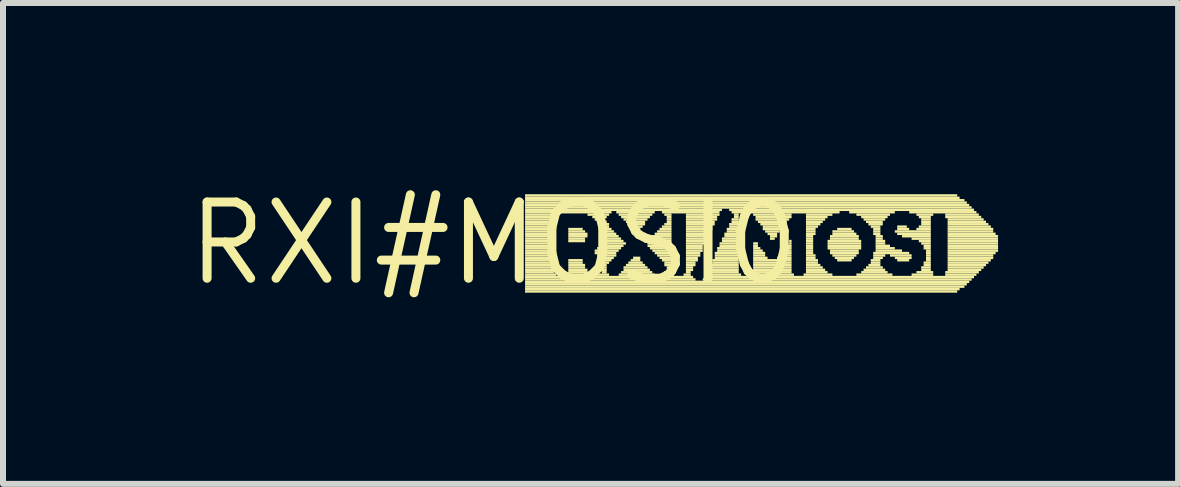
<source format=kicad_pcb>
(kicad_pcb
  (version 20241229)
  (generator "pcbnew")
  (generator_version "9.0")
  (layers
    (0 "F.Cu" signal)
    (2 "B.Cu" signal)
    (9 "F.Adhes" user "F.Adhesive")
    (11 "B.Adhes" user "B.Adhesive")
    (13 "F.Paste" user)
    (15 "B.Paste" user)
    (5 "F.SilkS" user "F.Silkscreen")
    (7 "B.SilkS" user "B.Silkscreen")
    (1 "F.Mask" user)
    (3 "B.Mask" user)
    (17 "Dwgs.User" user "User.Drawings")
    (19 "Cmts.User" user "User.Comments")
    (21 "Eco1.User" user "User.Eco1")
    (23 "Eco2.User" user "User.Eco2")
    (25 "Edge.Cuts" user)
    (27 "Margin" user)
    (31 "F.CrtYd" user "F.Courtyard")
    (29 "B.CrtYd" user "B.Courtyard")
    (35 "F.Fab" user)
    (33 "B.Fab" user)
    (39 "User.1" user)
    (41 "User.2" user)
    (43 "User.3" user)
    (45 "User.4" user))
  (footprint "RXI#MOSI0"
    (layer "F.Cu")
    (at 5.178 1.006)
    (property "Reference" "RXI#MOSI0" (at 0 0 0) (layer "F.SilkS") (effects (font (size 1.27 1.27) (thickness 0.15))))
    (attr through_hole)
    (fp_poly (pts (xy 0.52 -0.78) (xy 7.72 -0.78) (xy 7.72 -0.82) (xy 0.52 -0.82)) (stroke (width 0) (type solid)) (fill yes) (layer "F.SilkS"))
    (fp_poly (pts (xy 0.52 -0.74) (xy 7.76 -0.74) (xy 7.76 -0.78) (xy 0.52 -0.78)) (stroke (width 0) (type solid)) (fill yes) (layer "F.SilkS"))
    (fp_poly (pts (xy 0.52 -0.7) (xy 7.84 -0.7) (xy 7.84 -0.74) (xy 0.52 -0.74)) (stroke (width 0) (type solid)) (fill yes) (layer "F.SilkS"))
    (fp_poly (pts (xy 0.52 -0.66) (xy 7.88 -0.66) (xy 7.88 -0.7) (xy 0.52 -0.7)) (stroke (width 0) (type solid)) (fill yes) (layer "F.SilkS"))
    (fp_poly (pts (xy 0.52 -0.62) (xy 7.92 -0.62) (xy 7.92 -0.66) (xy 0.52 -0.66)) (stroke (width 0) (type solid)) (fill yes) (layer "F.SilkS"))
    (fp_poly (pts (xy 0.52 -0.58) (xy 7.96 -0.58) (xy 7.96 -0.62) (xy 0.52 -0.62)) (stroke (width 0) (type solid)) (fill yes) (layer "F.SilkS"))
    (fp_poly (pts (xy 0.52 -0.54) (xy 3.8 -0.54) (xy 3.8 -0.58) (xy 0.52 -0.58)) (stroke (width 0) (type solid)) (fill yes) (layer "F.SilkS"))
    (fp_poly (pts (xy 0.52 -0.5) (xy 1.96 -0.5) (xy 1.96 -0.54) (xy 0.52 -0.54)) (stroke (width 0) (type solid)) (fill yes) (layer "F.SilkS"))
    (fp_poly (pts (xy 0.52 -0.46) (xy 1 -0.46) (xy 1 -0.5) (xy 0.52 -0.5)) (stroke (width 0) (type solid)) (fill yes) (layer "F.SilkS"))
    (fp_poly (pts (xy 0.52 -0.42) (xy 1 -0.42) (xy 1 -0.46) (xy 0.52 -0.46)) (stroke (width 0) (type solid)) (fill yes) (layer "F.SilkS"))
    (fp_poly (pts (xy 0.52 -0.38) (xy 1 -0.38) (xy 1 -0.42) (xy 0.52 -0.42)) (stroke (width 0) (type solid)) (fill yes) (layer "F.SilkS"))
    (fp_poly (pts (xy 0.52 -0.34) (xy 1 -0.34) (xy 1 -0.38) (xy 0.52 -0.38)) (stroke (width 0) (type solid)) (fill yes) (layer "F.SilkS"))
    (fp_poly (pts (xy 0.52 -0.3) (xy 1 -0.3) (xy 1 -0.34) (xy 0.52 -0.34)) (stroke (width 0) (type solid)) (fill yes) (layer "F.SilkS"))
    (fp_poly (pts (xy 0.52 -0.26) (xy 1 -0.26) (xy 1 -0.3) (xy 0.52 -0.3)) (stroke (width 0) (type solid)) (fill yes) (layer "F.SilkS"))
    (fp_poly (pts (xy 0.52 -0.22) (xy 1 -0.22) (xy 1 -0.26) (xy 0.52 -0.26)) (stroke (width 0) (type solid)) (fill yes) (layer "F.SilkS"))
    (fp_poly (pts (xy 0.52 -0.18) (xy 1 -0.18) (xy 1 -0.22) (xy 0.52 -0.22)) (stroke (width 0) (type solid)) (fill yes) (layer "F.SilkS"))
    (fp_poly (pts (xy 0.52 -0.14) (xy 1 -0.14) (xy 1 -0.18) (xy 0.52 -0.18)) (stroke (width 0) (type solid)) (fill yes) (layer "F.SilkS"))
    (fp_poly (pts (xy 0.52 -0.1) (xy 1 -0.1) (xy 1 -0.14) (xy 0.52 -0.14)) (stroke (width 0) (type solid)) (fill yes) (layer "F.SilkS"))
    (fp_poly (pts (xy 0.52 -0.06) (xy 1 -0.06) (xy 1 -0.1) (xy 0.52 -0.1)) (stroke (width 0) (type solid)) (fill yes) (layer "F.SilkS"))
    (fp_poly (pts (xy 0.52 -0.02) (xy 1 -0.02) (xy 1 -0.06) (xy 0.52 -0.06)) (stroke (width 0) (type solid)) (fill yes) (layer "F.SilkS"))
    (fp_poly (pts (xy 0.52 0.02) (xy 1 0.02) (xy 1 -0.02) (xy 0.52 -0.02)) (stroke (width 0) (type solid)) (fill yes) (layer "F.SilkS"))
    (fp_poly (pts (xy 0.52 0.06) (xy 1 0.06) (xy 1 0.02) (xy 0.52 0.02)) (stroke (width 0) (type solid)) (fill yes) (layer "F.SilkS"))
    (fp_poly (pts (xy 0.52 0.1) (xy 1 0.1) (xy 1 0.06) (xy 0.52 0.06)) (stroke (width 0) (type solid)) (fill yes) (layer "F.SilkS"))
    (fp_poly (pts (xy 0.52 0.14) (xy 1 0.14) (xy 1 0.1) (xy 0.52 0.1)) (stroke (width 0) (type solid)) (fill yes) (layer "F.SilkS"))
    (fp_poly (pts (xy 0.52 0.18) (xy 1 0.18) (xy 1 0.14) (xy 0.52 0.14)) (stroke (width 0) (type solid)) (fill yes) (layer "F.SilkS"))
    (fp_poly (pts (xy 0.52 0.22) (xy 1 0.22) (xy 1 0.18) (xy 0.52 0.18)) (stroke (width 0) (type solid)) (fill yes) (layer "F.SilkS"))
    (fp_poly (pts (xy 0.52 0.26) (xy 1 0.26) (xy 1 0.22) (xy 0.52 0.22)) (stroke (width 0) (type solid)) (fill yes) (layer "F.SilkS"))
    (fp_poly (pts (xy 0.52 0.3) (xy 1 0.3) (xy 1 0.26) (xy 0.52 0.26)) (stroke (width 0) (type solid)) (fill yes) (layer "F.SilkS"))
    (fp_poly (pts (xy 0.52 0.34) (xy 1 0.34) (xy 1 0.3) (xy 0.52 0.3)) (stroke (width 0) (type solid)) (fill yes) (layer "F.SilkS"))
    (fp_poly (pts (xy 0.52 0.38) (xy 1 0.38) (xy 1 0.34) (xy 0.52 0.34)) (stroke (width 0) (type solid)) (fill yes) (layer "F.SilkS"))
    (fp_poly (pts (xy 0.52 0.42) (xy 1 0.42) (xy 1 0.38) (xy 0.52 0.38)) (stroke (width 0) (type solid)) (fill yes) (layer "F.SilkS"))
    (fp_poly (pts (xy 0.52 0.46) (xy 1 0.46) (xy 1 0.42) (xy 0.52 0.42)) (stroke (width 0) (type solid)) (fill yes) (layer "F.SilkS"))
    (fp_poly (pts (xy 0.52 0.5) (xy 1 0.5) (xy 1 0.46) (xy 0.52 0.46)) (stroke (width 0) (type solid)) (fill yes) (layer "F.SilkS"))
    (fp_poly (pts (xy 0.52 0.54) (xy 1.04 0.54) (xy 1.04 0.5) (xy 0.52 0.5)) (stroke (width 0) (type solid)) (fill yes) (layer "F.SilkS"))
    (fp_poly (pts (xy 0.52 0.58) (xy 3.32 0.58) (xy 3.32 0.54) (xy 0.52 0.54)) (stroke (width 0) (type solid)) (fill yes) (layer "F.SilkS"))
    (fp_poly (pts (xy 0.52 0.62) (xy 3.36 0.62) (xy 3.36 0.58) (xy 0.52 0.58)) (stroke (width 0) (type solid)) (fill yes) (layer "F.SilkS"))
    (fp_poly (pts (xy 0.52 0.66) (xy 7.92 0.66) (xy 7.92 0.62) (xy 0.52 0.62)) (stroke (width 0) (type solid)) (fill yes) (layer "F.SilkS"))
    (fp_poly (pts (xy 0.52 0.7) (xy 7.88 0.7) (xy 7.88 0.66) (xy 0.52 0.66)) (stroke (width 0) (type solid)) (fill yes) (layer "F.SilkS"))
    (fp_poly (pts (xy 0.52 0.74) (xy 7.84 0.74) (xy 7.84 0.7) (xy 0.52 0.7)) (stroke (width 0) (type solid)) (fill yes) (layer "F.SilkS"))
    (fp_poly (pts (xy 0.52 0.78) (xy 7.76 0.78) (xy 7.76 0.74) (xy 0.52 0.74)) (stroke (width 0) (type solid)) (fill yes) (layer "F.SilkS"))
    (fp_poly (pts (xy 0.52 0.82) (xy 7.72 0.82) (xy 7.72 0.78) (xy 0.52 0.78)) (stroke (width 0) (type solid)) (fill yes) (layer "F.SilkS"))
    (fp_poly (pts (xy 1.2 0.54) (xy 1.6 0.54) (xy 1.6 0.5) (xy 1.2 0.5)) (stroke (width 0) (type solid)) (fill yes) (layer "F.SilkS"))
    (fp_poly (pts (xy 1.24 -0.22) (xy 1.48 -0.22) (xy 1.48 -0.26) (xy 1.24 -0.26)) (stroke (width 0) (type solid)) (fill yes) (layer "F.SilkS"))
    (fp_poly (pts (xy 1.24 -0.18) (xy 1.52 -0.18) (xy 1.52 -0.22) (xy 1.24 -0.22)) (stroke (width 0) (type solid)) (fill yes) (layer "F.SilkS"))
    (fp_poly (pts (xy 1.24 -0.14) (xy 1.56 -0.14) (xy 1.56 -0.18) (xy 1.24 -0.18)) (stroke (width 0) (type solid)) (fill yes) (layer "F.SilkS"))
    (fp_poly (pts (xy 1.24 -0.1) (xy 1.56 -0.1) (xy 1.56 -0.14) (xy 1.24 -0.14)) (stroke (width 0) (type solid)) (fill yes) (layer "F.SilkS"))
    (fp_poly (pts (xy 1.24 -0.06) (xy 1.52 -0.06) (xy 1.52 -0.1) (xy 1.24 -0.1)) (stroke (width 0) (type solid)) (fill yes) (layer "F.SilkS"))
    (fp_poly (pts (xy 1.24 -0.02) (xy 1.52 -0.02) (xy 1.52 -0.06) (xy 1.24 -0.06)) (stroke (width 0) (type solid)) (fill yes) (layer "F.SilkS"))
    (fp_poly (pts (xy 1.24 0.3) (xy 1.48 0.3) (xy 1.48 0.26) (xy 1.24 0.26)) (stroke (width 0) (type solid)) (fill yes) (layer "F.SilkS"))
    (fp_poly (pts (xy 1.24 0.34) (xy 1.48 0.34) (xy 1.48 0.3) (xy 1.24 0.3)) (stroke (width 0) (type solid)) (fill yes) (layer "F.SilkS"))
    (fp_poly (pts (xy 1.24 0.38) (xy 1.52 0.38) (xy 1.52 0.34) (xy 1.24 0.34)) (stroke (width 0) (type solid)) (fill yes) (layer "F.SilkS"))
    (fp_poly (pts (xy 1.24 0.42) (xy 1.52 0.42) (xy 1.52 0.38) (xy 1.24 0.38)) (stroke (width 0) (type solid)) (fill yes) (layer "F.SilkS"))
    (fp_poly (pts (xy 1.24 0.46) (xy 1.56 0.46) (xy 1.56 0.42) (xy 1.24 0.42)) (stroke (width 0) (type solid)) (fill yes) (layer "F.SilkS"))
    (fp_poly (pts (xy 1.24 0.5) (xy 1.56 0.5) (xy 1.56 0.46) (xy 1.24 0.46)) (stroke (width 0) (type solid)) (fill yes) (layer "F.SilkS"))
    (fp_poly (pts (xy 1.56 -0.46) (xy 1.92 -0.46) (xy 1.92 -0.5) (xy 1.56 -0.5)) (stroke (width 0) (type solid)) (fill yes) (layer "F.SilkS"))
    (fp_poly (pts (xy 1.64 -0.42) (xy 1.88 -0.42) (xy 1.88 -0.46) (xy 1.64 -0.46)) (stroke (width 0) (type solid)) (fill yes) (layer "F.SilkS"))
    (fp_poly (pts (xy 1.68 -0.38) (xy 1.84 -0.38) (xy 1.84 -0.42) (xy 1.68 -0.42)) (stroke (width 0) (type solid)) (fill yes) (layer "F.SilkS"))
    (fp_poly (pts (xy 1.68 0.14) (xy 2.08 0.14) (xy 2.08 0.1) (xy 1.68 0.1)) (stroke (width 0) (type solid)) (fill yes) (layer "F.SilkS"))
    (fp_poly (pts (xy 1.68 0.18) (xy 2.04 0.18) (xy 2.04 0.14) (xy 1.68 0.14)) (stroke (width 0) (type solid)) (fill yes) (layer "F.SilkS"))
    (fp_poly (pts (xy 1.72 -0.34) (xy 1.88 -0.34) (xy 1.88 -0.38) (xy 1.72 -0.38)) (stroke (width 0) (type solid)) (fill yes) (layer "F.SilkS"))
    (fp_poly (pts (xy 1.72 0.1) (xy 2.12 0.1) (xy 2.12 0.06) (xy 1.72 0.06)) (stroke (width 0) (type solid)) (fill yes) (layer "F.SilkS"))
    (fp_poly (pts (xy 1.72 0.22) (xy 2.04 0.22) (xy 2.04 0.18) (xy 1.72 0.18)) (stroke (width 0) (type solid)) (fill yes) (layer "F.SilkS"))
    (fp_poly (pts (xy 1.72 0.26) (xy 2 0.26) (xy 2 0.22) (xy 1.72 0.22)) (stroke (width 0) (type solid)) (fill yes) (layer "F.SilkS"))
    (fp_poly (pts (xy 1.72 0.54) (xy 1.92 0.54) (xy 1.92 0.5) (xy 1.72 0.5)) (stroke (width 0) (type solid)) (fill yes) (layer "F.SilkS"))
    (fp_poly (pts (xy 1.76 -0.3) (xy 1.92 -0.3) (xy 1.92 -0.34) (xy 1.76 -0.34)) (stroke (width 0) (type solid)) (fill yes) (layer "F.SilkS"))
    (fp_poly (pts (xy 1.76 -0.26) (xy 1.92 -0.26) (xy 1.92 -0.3) (xy 1.76 -0.3)) (stroke (width 0) (type solid)) (fill yes) (layer "F.SilkS"))
    (fp_poly (pts (xy 1.76 -0.22) (xy 1.96 -0.22) (xy 1.96 -0.26) (xy 1.76 -0.26)) (stroke (width 0) (type solid)) (fill yes) (layer "F.SilkS"))
    (fp_poly (pts (xy 1.76 0.02) (xy 2.2 0.02) (xy 2.2 -0.02) (xy 1.76 -0.02)) (stroke (width 0) (type solid)) (fill yes) (layer "F.SilkS"))
    (fp_poly (pts (xy 1.76 0.06) (xy 2.16 0.06) (xy 2.16 0.02) (xy 1.76 0.02)) (stroke (width 0) (type solid)) (fill yes) (layer "F.SilkS"))
    (fp_poly (pts (xy 1.76 0.3) (xy 1.96 0.3) (xy 1.96 0.26) (xy 1.76 0.26)) (stroke (width 0) (type solid)) (fill yes) (layer "F.SilkS"))
    (fp_poly (pts (xy 1.76 0.34) (xy 1.92 0.34) (xy 1.92 0.3) (xy 1.76 0.3)) (stroke (width 0) (type solid)) (fill yes) (layer "F.SilkS"))
    (fp_poly (pts (xy 1.8 -0.18) (xy 2 -0.18) (xy 2 -0.22) (xy 1.8 -0.22)) (stroke (width 0) (type solid)) (fill yes) (layer "F.SilkS"))
    (fp_poly (pts (xy 1.8 -0.14) (xy 2.04 -0.14) (xy 2.04 -0.18) (xy 1.8 -0.18)) (stroke (width 0) (type solid)) (fill yes) (layer "F.SilkS"))
    (fp_poly (pts (xy 1.8 -0.1) (xy 2.08 -0.1) (xy 2.08 -0.14) (xy 1.8 -0.14)) (stroke (width 0) (type solid)) (fill yes) (layer "F.SilkS"))
    (fp_poly (pts (xy 1.8 -0.06) (xy 2.12 -0.06) (xy 2.12 -0.1) (xy 1.8 -0.1)) (stroke (width 0) (type solid)) (fill yes) (layer "F.SilkS"))
    (fp_poly (pts (xy 1.8 -0.02) (xy 2.16 -0.02) (xy 2.16 -0.06) (xy 1.8 -0.06)) (stroke (width 0) (type solid)) (fill yes) (layer "F.SilkS"))
    (fp_poly (pts (xy 1.8 0.38) (xy 1.88 0.38) (xy 1.88 0.34) (xy 1.8 0.34)) (stroke (width 0) (type solid)) (fill yes) (layer "F.SilkS"))
    (fp_poly (pts (xy 1.8 0.42) (xy 1.88 0.42) (xy 1.88 0.38) (xy 1.8 0.38)) (stroke (width 0) (type solid)) (fill yes) (layer "F.SilkS"))
    (fp_poly (pts (xy 1.8 0.46) (xy 1.88 0.46) (xy 1.88 0.42) (xy 1.8 0.42)) (stroke (width 0) (type solid)) (fill yes) (layer "F.SilkS"))
    (fp_poly (pts (xy 1.8 0.5) (xy 1.88 0.5) (xy 1.88 0.46) (xy 1.8 0.46)) (stroke (width 0) (type solid)) (fill yes) (layer "F.SilkS"))
    (fp_poly (pts (xy 2.04 -0.5) (xy 2.68 -0.5) (xy 2.68 -0.54) (xy 2.04 -0.54)) (stroke (width 0) (type solid)) (fill yes) (layer "F.SilkS"))
    (fp_poly (pts (xy 2.08 -0.46) (xy 2.64 -0.46) (xy 2.64 -0.5) (xy 2.08 -0.5)) (stroke (width 0) (type solid)) (fill yes) (layer "F.SilkS"))
    (fp_poly (pts (xy 2.08 0.54) (xy 2.68 0.54) (xy 2.68 0.5) (xy 2.08 0.5)) (stroke (width 0) (type solid)) (fill yes) (layer "F.SilkS"))
    (fp_poly (pts (xy 2.12 -0.42) (xy 2.6 -0.42) (xy 2.6 -0.46) (xy 2.12 -0.46)) (stroke (width 0) (type solid)) (fill yes) (layer "F.SilkS"))
    (fp_poly (pts (xy 2.12 0.5) (xy 2.64 0.5) (xy 2.64 0.46) (xy 2.12 0.46)) (stroke (width 0) (type solid)) (fill yes) (layer "F.SilkS"))
    (fp_poly (pts (xy 2.16 -0.38) (xy 2.56 -0.38) (xy 2.56 -0.42) (xy 2.16 -0.42)) (stroke (width 0) (type solid)) (fill yes) (layer "F.SilkS"))
    (fp_poly (pts (xy 2.16 0.42) (xy 2.56 0.42) (xy 2.56 0.38) (xy 2.16 0.38)) (stroke (width 0) (type solid)) (fill yes) (layer "F.SilkS"))
    (fp_poly (pts (xy 2.16 0.46) (xy 2.6 0.46) (xy 2.6 0.42) (xy 2.16 0.42)) (stroke (width 0) (type solid)) (fill yes) (layer "F.SilkS"))
    (fp_poly (pts (xy 2.2 -0.34) (xy 2.52 -0.34) (xy 2.52 -0.38) (xy 2.2 -0.38)) (stroke (width 0) (type solid)) (fill yes) (layer "F.SilkS"))
    (fp_poly (pts (xy 2.2 0.38) (xy 2.52 0.38) (xy 2.52 0.34) (xy 2.2 0.34)) (stroke (width 0) (type solid)) (fill yes) (layer "F.SilkS"))
    (fp_poly (pts (xy 2.24 -0.3) (xy 2.52 -0.3) (xy 2.52 -0.34) (xy 2.24 -0.34)) (stroke (width 0) (type solid)) (fill yes) (layer "F.SilkS"))
    (fp_poly (pts (xy 2.24 0.34) (xy 2.48 0.34) (xy 2.48 0.3) (xy 2.24 0.3)) (stroke (width 0) (type solid)) (fill yes) (layer "F.SilkS"))
    (fp_poly (pts (xy 2.28 -0.26) (xy 2.48 -0.26) (xy 2.48 -0.3) (xy 2.28 -0.3)) (stroke (width 0) (type solid)) (fill yes) (layer "F.SilkS"))
    (fp_poly (pts (xy 2.28 0.3) (xy 2.44 0.3) (xy 2.44 0.26) (xy 2.28 0.26)) (stroke (width 0) (type solid)) (fill yes) (layer "F.SilkS"))
    (fp_poly (pts (xy 2.32 -0.22) (xy 2.44 -0.22) (xy 2.44 -0.26) (xy 2.32 -0.26)) (stroke (width 0) (type solid)) (fill yes) (layer "F.SilkS"))
    (fp_poly (pts (xy 2.32 -0.18) (xy 2.4 -0.18) (xy 2.4 -0.22) (xy 2.32 -0.22)) (stroke (width 0) (type solid)) (fill yes) (layer "F.SilkS"))
    (fp_poly (pts (xy 2.32 0.26) (xy 2.44 0.26) (xy 2.44 0.22) (xy 2.32 0.22)) (stroke (width 0) (type solid)) (fill yes) (layer "F.SilkS"))
    (fp_poly (pts (xy 2.56 -0.02) (xy 2.96 -0.02) (xy 2.96 -0.06) (xy 2.56 -0.06)) (stroke (width 0) (type solid)) (fill yes) (layer "F.SilkS"))
    (fp_poly (pts (xy 2.56 0.02) (xy 2.96 0.02) (xy 2.96 -0.02) (xy 2.56 -0.02)) (stroke (width 0) (type solid)) (fill yes) (layer "F.SilkS"))
    (fp_poly (pts (xy 2.56 0.06) (xy 2.96 0.06) (xy 2.96 0.02) (xy 2.56 0.02)) (stroke (width 0) (type solid)) (fill yes) (layer "F.SilkS"))
    (fp_poly (pts (xy 2.6 -0.06) (xy 2.96 -0.06) (xy 2.96 -0.1) (xy 2.6 -0.1)) (stroke (width 0) (type solid)) (fill yes) (layer "F.SilkS"))
    (fp_poly (pts (xy 2.6 0.1) (xy 2.96 0.1) (xy 2.96 0.06) (xy 2.6 0.06)) (stroke (width 0) (type solid)) (fill yes) (layer "F.SilkS"))
    (fp_poly (pts (xy 2.64 -0.1) (xy 2.96 -0.1) (xy 2.96 -0.14) (xy 2.64 -0.14)) (stroke (width 0) (type solid)) (fill yes) (layer "F.SilkS"))
    (fp_poly (pts (xy 2.64 0.14) (xy 2.96 0.14) (xy 2.96 0.1) (xy 2.64 0.1)) (stroke (width 0) (type solid)) (fill yes) (layer "F.SilkS"))
    (fp_poly (pts (xy 2.68 -0.14) (xy 2.96 -0.14) (xy 2.96 -0.18) (xy 2.68 -0.18)) (stroke (width 0) (type solid)) (fill yes) (layer "F.SilkS"))
    (fp_poly (pts (xy 2.68 0.18) (xy 2.96 0.18) (xy 2.96 0.14) (xy 2.68 0.14)) (stroke (width 0) (type solid)) (fill yes) (layer "F.SilkS"))
    (fp_poly (pts (xy 2.72 -0.18) (xy 2.96 -0.18) (xy 2.96 -0.22) (xy 2.72 -0.22)) (stroke (width 0) (type solid)) (fill yes) (layer "F.SilkS"))
    (fp_poly (pts (xy 2.72 0.22) (xy 2.96 0.22) (xy 2.96 0.18) (xy 2.72 0.18)) (stroke (width 0) (type solid)) (fill yes) (layer "F.SilkS"))
    (fp_poly (pts (xy 2.76 -0.22) (xy 2.96 -0.22) (xy 2.96 -0.26) (xy 2.76 -0.26)) (stroke (width 0) (type solid)) (fill yes) (layer "F.SilkS"))
    (fp_poly (pts (xy 2.76 0.26) (xy 2.96 0.26) (xy 2.96 0.22) (xy 2.76 0.22)) (stroke (width 0) (type solid)) (fill yes) (layer "F.SilkS"))
    (fp_poly (pts (xy 2.8 -0.5) (xy 3.76 -0.5) (xy 3.76 -0.54) (xy 2.8 -0.54)) (stroke (width 0) (type solid)) (fill yes) (layer "F.SilkS"))
    (fp_poly (pts (xy 2.8 -0.26) (xy 2.96 -0.26) (xy 2.96 -0.3) (xy 2.8 -0.3)) (stroke (width 0) (type solid)) (fill yes) (layer "F.SilkS"))
    (fp_poly (pts (xy 2.8 0.3) (xy 2.96 0.3) (xy 2.96 0.26) (xy 2.8 0.26)) (stroke (width 0) (type solid)) (fill yes) (layer "F.SilkS"))
    (fp_poly (pts (xy 2.8 0.54) (xy 3 0.54) (xy 3 0.5) (xy 2.8 0.5)) (stroke (width 0) (type solid)) (fill yes) (layer "F.SilkS"))
    (fp_poly (pts (xy 2.84 -0.46) (xy 2.96 -0.46) (xy 2.96 -0.5) (xy 2.84 -0.5)) (stroke (width 0) (type solid)) (fill yes) (layer "F.SilkS"))
    (fp_poly (pts (xy 2.84 -0.3) (xy 2.96 -0.3) (xy 2.96 -0.34) (xy 2.84 -0.34)) (stroke (width 0) (type solid)) (fill yes) (layer "F.SilkS"))
    (fp_poly (pts (xy 2.84 0.34) (xy 2.96 0.34) (xy 2.96 0.3) (xy 2.84 0.3)) (stroke (width 0) (type solid)) (fill yes) (layer "F.SilkS"))
    (fp_poly (pts (xy 2.84 0.38) (xy 2.96 0.38) (xy 2.96 0.34) (xy 2.84 0.34)) (stroke (width 0) (type solid)) (fill yes) (layer "F.SilkS"))
    (fp_poly (pts (xy 2.84 0.5) (xy 2.96 0.5) (xy 2.96 0.46) (xy 2.84 0.46)) (stroke (width 0) (type solid)) (fill yes) (layer "F.SilkS"))
    (fp_poly (pts (xy 2.88 -0.42) (xy 2.96 -0.42) (xy 2.96 -0.46) (xy 2.88 -0.46)) (stroke (width 0) (type solid)) (fill yes) (layer "F.SilkS"))
    (fp_poly (pts (xy 2.88 -0.38) (xy 2.96 -0.38) (xy 2.96 -0.42) (xy 2.88 -0.42)) (stroke (width 0) (type solid)) (fill yes) (layer "F.SilkS"))
    (fp_poly (pts (xy 2.88 -0.34) (xy 2.96 -0.34) (xy 2.96 -0.38) (xy 2.88 -0.38)) (stroke (width 0) (type solid)) (fill yes) (layer "F.SilkS"))
    (fp_poly (pts (xy 2.88 0.42) (xy 2.96 0.42) (xy 2.96 0.38) (xy 2.88 0.38)) (stroke (width 0) (type solid)) (fill yes) (layer "F.SilkS"))
    (fp_poly (pts (xy 2.88 0.46) (xy 2.96 0.46) (xy 2.96 0.42) (xy 2.88 0.42)) (stroke (width 0) (type solid)) (fill yes) (layer "F.SilkS"))
    (fp_poly (pts (xy 3.16 0.54) (xy 3.28 0.54) (xy 3.28 0.5) (xy 3.16 0.5)) (stroke (width 0) (type solid)) (fill yes) (layer "F.SilkS"))
    (fp_poly (pts (xy 3.2 -0.46) (xy 3.76 -0.46) (xy 3.76 -0.5) (xy 3.2 -0.5)) (stroke (width 0) (type solid)) (fill yes) (layer "F.SilkS"))
    (fp_poly (pts (xy 3.2 -0.42) (xy 3.72 -0.42) (xy 3.72 -0.46) (xy 3.2 -0.46)) (stroke (width 0) (type solid)) (fill yes) (layer "F.SilkS"))
    (fp_poly (pts (xy 3.2 -0.38) (xy 3.72 -0.38) (xy 3.72 -0.42) (xy 3.2 -0.42)) (stroke (width 0) (type solid)) (fill yes) (layer "F.SilkS"))
    (fp_poly (pts (xy 3.2 -0.34) (xy 3.68 -0.34) (xy 3.68 -0.38) (xy 3.2 -0.38)) (stroke (width 0) (type solid)) (fill yes) (layer "F.SilkS"))
    (fp_poly (pts (xy 3.2 -0.3) (xy 3.68 -0.3) (xy 3.68 -0.34) (xy 3.2 -0.34)) (stroke (width 0) (type solid)) (fill yes) (layer "F.SilkS"))
    (fp_poly (pts (xy 3.2 -0.26) (xy 3.64 -0.26) (xy 3.64 -0.3) (xy 3.2 -0.3)) (stroke (width 0) (type solid)) (fill yes) (layer "F.SilkS"))
    (fp_poly (pts (xy 3.2 -0.22) (xy 3.64 -0.22) (xy 3.64 -0.26) (xy 3.2 -0.26)) (stroke (width 0) (type solid)) (fill yes) (layer "F.SilkS"))
    (fp_poly (pts (xy 3.2 -0.18) (xy 3.6 -0.18) (xy 3.6 -0.22) (xy 3.2 -0.22)) (stroke (width 0) (type solid)) (fill yes) (layer "F.SilkS"))
    (fp_poly (pts (xy 3.2 -0.14) (xy 3.6 -0.14) (xy 3.6 -0.18) (xy 3.2 -0.18)) (stroke (width 0) (type solid)) (fill yes) (layer "F.SilkS"))
    (fp_poly (pts (xy 3.2 -0.1) (xy 3.56 -0.1) (xy 3.56 -0.14) (xy 3.2 -0.14)) (stroke (width 0) (type solid)) (fill yes) (layer "F.SilkS"))
    (fp_poly (pts (xy 3.2 -0.06) (xy 3.56 -0.06) (xy 3.56 -0.1) (xy 3.2 -0.1)) (stroke (width 0) (type solid)) (fill yes) (layer "F.SilkS"))
    (fp_poly (pts (xy 3.2 -0.02) (xy 3.52 -0.02) (xy 3.52 -0.06) (xy 3.2 -0.06)) (stroke (width 0) (type solid)) (fill yes) (layer "F.SilkS"))
    (fp_poly (pts (xy 3.2 0.02) (xy 3.52 0.02) (xy 3.52 -0.02) (xy 3.2 -0.02)) (stroke (width 0) (type solid)) (fill yes) (layer "F.SilkS"))
    (fp_poly (pts (xy 3.2 0.06) (xy 3.48 0.06) (xy 3.48 0.02) (xy 3.2 0.02)) (stroke (width 0) (type solid)) (fill yes) (layer "F.SilkS"))
    (fp_poly (pts (xy 3.2 0.1) (xy 3.48 0.1) (xy 3.48 0.06) (xy 3.2 0.06)) (stroke (width 0) (type solid)) (fill yes) (layer "F.SilkS"))
    (fp_poly (pts (xy 3.2 0.14) (xy 3.48 0.14) (xy 3.48 0.1) (xy 3.2 0.1)) (stroke (width 0) (type solid)) (fill yes) (layer "F.SilkS"))
    (fp_poly (pts (xy 3.2 0.18) (xy 3.44 0.18) (xy 3.44 0.14) (xy 3.2 0.14)) (stroke (width 0) (type solid)) (fill yes) (layer "F.SilkS"))
    (fp_poly (pts (xy 3.2 0.22) (xy 3.44 0.22) (xy 3.44 0.18) (xy 3.2 0.18)) (stroke (width 0) (type solid)) (fill yes) (layer "F.SilkS"))
    (fp_poly (pts (xy 3.2 0.26) (xy 3.4 0.26) (xy 3.4 0.22) (xy 3.2 0.22)) (stroke (width 0) (type solid)) (fill yes) (layer "F.SilkS"))
    (fp_poly (pts (xy 3.2 0.3) (xy 3.4 0.3) (xy 3.4 0.26) (xy 3.2 0.26)) (stroke (width 0) (type solid)) (fill yes) (layer "F.SilkS"))
    (fp_poly (pts (xy 3.2 0.34) (xy 3.36 0.34) (xy 3.36 0.3) (xy 3.2 0.3)) (stroke (width 0) (type solid)) (fill yes) (layer "F.SilkS"))
    (fp_poly (pts (xy 3.2 0.38) (xy 3.36 0.38) (xy 3.36 0.34) (xy 3.2 0.34)) (stroke (width 0) (type solid)) (fill yes) (layer "F.SilkS"))
    (fp_poly (pts (xy 3.2 0.42) (xy 3.32 0.42) (xy 3.32 0.38) (xy 3.2 0.38)) (stroke (width 0) (type solid)) (fill yes) (layer "F.SilkS"))
    (fp_poly (pts (xy 3.2 0.46) (xy 3.32 0.46) (xy 3.32 0.42) (xy 3.2 0.42)) (stroke (width 0) (type solid)) (fill yes) (layer "F.SilkS"))
    (fp_poly (pts (xy 3.2 0.5) (xy 3.28 0.5) (xy 3.28 0.46) (xy 3.2 0.46)) (stroke (width 0) (type solid)) (fill yes) (layer "F.SilkS"))
    (fp_poly (pts (xy 3.48 0.62) (xy 7.96 0.62) (xy 7.96 0.58) (xy 3.48 0.58)) (stroke (width 0) (type solid)) (fill yes) (layer "F.SilkS"))
    (fp_poly (pts (xy 3.52 0.54) (xy 4.12 0.54) (xy 4.12 0.5) (xy 3.52 0.5)) (stroke (width 0) (type solid)) (fill yes) (layer "F.SilkS"))
    (fp_poly (pts (xy 3.52 0.58) (xy 8 0.58) (xy 8 0.54) (xy 3.52 0.54)) (stroke (width 0) (type solid)) (fill yes) (layer "F.SilkS"))
    (fp_poly (pts (xy 3.56 0.46) (xy 4.08 0.46) (xy 4.08 0.42) (xy 3.56 0.42)) (stroke (width 0) (type solid)) (fill yes) (layer "F.SilkS"))
    (fp_poly (pts (xy 3.56 0.5) (xy 4.08 0.5) (xy 4.08 0.46) (xy 3.56 0.46)) (stroke (width 0) (type solid)) (fill yes) (layer "F.SilkS"))
    (fp_poly (pts (xy 3.6 0.38) (xy 4.08 0.38) (xy 4.08 0.34) (xy 3.6 0.34)) (stroke (width 0) (type solid)) (fill yes) (layer "F.SilkS"))
    (fp_poly (pts (xy 3.6 0.42) (xy 4.08 0.42) (xy 4.08 0.38) (xy 3.6 0.38)) (stroke (width 0) (type solid)) (fill yes) (layer "F.SilkS"))
    (fp_poly (pts (xy 3.64 0.3) (xy 4.08 0.3) (xy 4.08 0.26) (xy 3.64 0.26)) (stroke (width 0) (type solid)) (fill yes) (layer "F.SilkS"))
    (fp_poly (pts (xy 3.64 0.34) (xy 4.08 0.34) (xy 4.08 0.3) (xy 3.64 0.3)) (stroke (width 0) (type solid)) (fill yes) (layer "F.SilkS"))
    (fp_poly (pts (xy 3.68 0.18) (xy 4.08 0.18) (xy 4.08 0.14) (xy 3.68 0.14)) (stroke (width 0) (type solid)) (fill yes) (layer "F.SilkS"))
    (fp_poly (pts (xy 3.68 0.22) (xy 4.08 0.22) (xy 4.08 0.18) (xy 3.68 0.18)) (stroke (width 0) (type solid)) (fill yes) (layer "F.SilkS"))
    (fp_poly (pts (xy 3.68 0.26) (xy 4.08 0.26) (xy 4.08 0.22) (xy 3.68 0.22)) (stroke (width 0) (type solid)) (fill yes) (layer "F.SilkS"))
    (fp_poly (pts (xy 3.72 0.1) (xy 4.08 0.1) (xy 4.08 0.06) (xy 3.72 0.06)) (stroke (width 0) (type solid)) (fill yes) (layer "F.SilkS"))
    (fp_poly (pts (xy 3.72 0.14) (xy 4.08 0.14) (xy 4.08 0.1) (xy 3.72 0.1)) (stroke (width 0) (type solid)) (fill yes) (layer "F.SilkS"))
    (fp_poly (pts (xy 3.76 0.02) (xy 4.08 0.02) (xy 4.08 -0.02) (xy 3.76 -0.02)) (stroke (width 0) (type solid)) (fill yes) (layer "F.SilkS"))
    (fp_poly (pts (xy 3.76 0.06) (xy 4.08 0.06) (xy 4.08 0.02) (xy 3.76 0.02)) (stroke (width 0) (type solid)) (fill yes) (layer "F.SilkS"))
    (fp_poly (pts (xy 3.8 -0.06) (xy 4.08 -0.06) (xy 4.08 -0.1) (xy 3.8 -0.1)) (stroke (width 0) (type solid)) (fill yes) (layer "F.SilkS"))
    (fp_poly (pts (xy 3.8 -0.02) (xy 4.08 -0.02) (xy 4.08 -0.06) (xy 3.8 -0.06)) (stroke (width 0) (type solid)) (fill yes) (layer "F.SilkS"))
    (fp_poly (pts (xy 3.84 -0.14) (xy 4.08 -0.14) (xy 4.08 -0.18) (xy 3.84 -0.18)) (stroke (width 0) (type solid)) (fill yes) (layer "F.SilkS"))
    (fp_poly (pts (xy 3.84 -0.1) (xy 4.08 -0.1) (xy 4.08 -0.14) (xy 3.84 -0.14)) (stroke (width 0) (type solid)) (fill yes) (layer "F.SilkS"))
    (fp_poly (pts (xy 3.88 -0.22) (xy 4.08 -0.22) (xy 4.08 -0.26) (xy 3.88 -0.26)) (stroke (width 0) (type solid)) (fill yes) (layer "F.SilkS"))
    (fp_poly (pts (xy 3.88 -0.18) (xy 4.08 -0.18) (xy 4.08 -0.22) (xy 3.88 -0.22)) (stroke (width 0) (type solid)) (fill yes) (layer "F.SilkS"))
    (fp_poly (pts (xy 3.92 -0.54) (xy 8 -0.54) (xy 8 -0.58) (xy 3.92 -0.58)) (stroke (width 0) (type solid)) (fill yes) (layer "F.SilkS"))
    (fp_poly (pts (xy 3.92 -0.3) (xy 4.08 -0.3) (xy 4.08 -0.34) (xy 3.92 -0.34)) (stroke (width 0) (type solid)) (fill yes) (layer "F.SilkS"))
    (fp_poly (pts (xy 3.92 -0.26) (xy 4.08 -0.26) (xy 4.08 -0.3) (xy 3.92 -0.3)) (stroke (width 0) (type solid)) (fill yes) (layer "F.SilkS"))
    (fp_poly (pts (xy 3.96 -0.5) (xy 5.76 -0.5) (xy 5.76 -0.54) (xy 3.96 -0.54)) (stroke (width 0) (type solid)) (fill yes) (layer "F.SilkS"))
    (fp_poly (pts (xy 3.96 -0.38) (xy 4.08 -0.38) (xy 4.08 -0.42) (xy 3.96 -0.42)) (stroke (width 0) (type solid)) (fill yes) (layer "F.SilkS"))
    (fp_poly (pts (xy 3.96 -0.34) (xy 4.08 -0.34) (xy 4.08 -0.38) (xy 3.96 -0.38)) (stroke (width 0) (type solid)) (fill yes) (layer "F.SilkS"))
    (fp_poly (pts (xy 4 -0.46) (xy 4.08 -0.46) (xy 4.08 -0.5) (xy 4 -0.5)) (stroke (width 0) (type solid)) (fill yes) (layer "F.SilkS"))
    (fp_poly (pts (xy 4 -0.42) (xy 4.08 -0.42) (xy 4.08 -0.46) (xy 4 -0.46)) (stroke (width 0) (type solid)) (fill yes) (layer "F.SilkS"))
    (fp_poly (pts (xy 4.28 0.54) (xy 5 0.54) (xy 5 0.5) (xy 4.28 0.5)) (stroke (width 0) (type solid)) (fill yes) (layer "F.SilkS"))
    (fp_poly (pts (xy 4.32 -0.46) (xy 4.96 -0.46) (xy 4.96 -0.5) (xy 4.32 -0.5)) (stroke (width 0) (type solid)) (fill yes) (layer "F.SilkS"))
    (fp_poly (pts (xy 4.32 0.02) (xy 4.4 0.02) (xy 4.4 -0.02) (xy 4.32 -0.02)) (stroke (width 0) (type solid)) (fill yes) (layer "F.SilkS"))
    (fp_poly (pts (xy 4.32 0.06) (xy 4.4 0.06) (xy 4.4 0.02) (xy 4.32 0.02)) (stroke (width 0) (type solid)) (fill yes) (layer "F.SilkS"))
    (fp_poly (pts (xy 4.32 0.1) (xy 4.44 0.1) (xy 4.44 0.06) (xy 4.32 0.06)) (stroke (width 0) (type solid)) (fill yes) (layer "F.SilkS"))
    (fp_poly (pts (xy 4.32 0.14) (xy 4.48 0.14) (xy 4.48 0.1) (xy 4.32 0.1)) (stroke (width 0) (type solid)) (fill yes) (layer "F.SilkS"))
    (fp_poly (pts (xy 4.32 0.18) (xy 4.52 0.18) (xy 4.52 0.14) (xy 4.32 0.14)) (stroke (width 0) (type solid)) (fill yes) (layer "F.SilkS"))
    (fp_poly (pts (xy 4.32 0.22) (xy 4.52 0.22) (xy 4.52 0.18) (xy 4.32 0.18)) (stroke (width 0) (type solid)) (fill yes) (layer "F.SilkS"))
    (fp_poly (pts (xy 4.32 0.26) (xy 4.56 0.26) (xy 4.56 0.22) (xy 4.32 0.22)) (stroke (width 0) (type solid)) (fill yes) (layer "F.SilkS"))
    (fp_poly (pts (xy 4.32 0.3) (xy 4.96 0.3) (xy 4.96 0.26) (xy 4.32 0.26)) (stroke (width 0) (type solid)) (fill yes) (layer "F.SilkS"))
    (fp_poly (pts (xy 4.32 0.34) (xy 4.96 0.34) (xy 4.96 0.3) (xy 4.32 0.3)) (stroke (width 0) (type solid)) (fill yes) (layer "F.SilkS"))
    (fp_poly (pts (xy 4.32 0.38) (xy 4.96 0.38) (xy 4.96 0.34) (xy 4.32 0.34)) (stroke (width 0) (type solid)) (fill yes) (layer "F.SilkS"))
    (fp_poly (pts (xy 4.32 0.42) (xy 4.96 0.42) (xy 4.96 0.38) (xy 4.32 0.38)) (stroke (width 0) (type solid)) (fill yes) (layer "F.SilkS"))
    (fp_poly (pts (xy 4.32 0.46) (xy 4.96 0.46) (xy 4.96 0.42) (xy 4.32 0.42)) (stroke (width 0) (type solid)) (fill yes) (layer "F.SilkS"))
    (fp_poly (pts (xy 4.32 0.5) (xy 4.96 0.5) (xy 4.96 0.46) (xy 4.32 0.46)) (stroke (width 0) (type solid)) (fill yes) (layer "F.SilkS"))
    (fp_poly (pts (xy 4.36 -0.42) (xy 4.96 -0.42) (xy 4.96 -0.46) (xy 4.36 -0.46)) (stroke (width 0) (type solid)) (fill yes) (layer "F.SilkS"))
    (fp_poly (pts (xy 4.36 -0.38) (xy 4.92 -0.38) (xy 4.92 -0.42) (xy 4.36 -0.42)) (stroke (width 0) (type solid)) (fill yes) (layer "F.SilkS"))
    (fp_poly (pts (xy 4.4 -0.34) (xy 4.88 -0.34) (xy 4.88 -0.38) (xy 4.4 -0.38)) (stroke (width 0) (type solid)) (fill yes) (layer "F.SilkS"))
    (fp_poly (pts (xy 4.44 -0.3) (xy 4.84 -0.3) (xy 4.84 -0.34) (xy 4.44 -0.34)) (stroke (width 0) (type solid)) (fill yes) (layer "F.SilkS"))
    (fp_poly (pts (xy 4.48 -0.26) (xy 4.84 -0.26) (xy 4.84 -0.3) (xy 4.48 -0.3)) (stroke (width 0) (type solid)) (fill yes) (layer "F.SilkS"))
    (fp_poly (pts (xy 4.48 -0.22) (xy 4.8 -0.22) (xy 4.8 -0.26) (xy 4.48 -0.26)) (stroke (width 0) (type solid)) (fill yes) (layer "F.SilkS"))
    (fp_poly (pts (xy 4.52 -0.18) (xy 4.76 -0.18) (xy 4.76 -0.22) (xy 4.52 -0.22)) (stroke (width 0) (type solid)) (fill yes) (layer "F.SilkS"))
    (fp_poly (pts (xy 4.56 -0.14) (xy 4.72 -0.14) (xy 4.72 -0.18) (xy 4.56 -0.18)) (stroke (width 0) (type solid)) (fill yes) (layer "F.SilkS"))
    (fp_poly (pts (xy 4.6 -0.1) (xy 4.72 -0.1) (xy 4.72 -0.14) (xy 4.6 -0.14)) (stroke (width 0) (type solid)) (fill yes) (layer "F.SilkS"))
    (fp_poly (pts (xy 4.6 -0.06) (xy 4.68 -0.06) (xy 4.68 -0.1) (xy 4.6 -0.1)) (stroke (width 0) (type solid)) (fill yes) (layer "F.SilkS"))
    (fp_poly (pts (xy 4.72 0.26) (xy 4.96 0.26) (xy 4.96 0.22) (xy 4.72 0.22)) (stroke (width 0) (type solid)) (fill yes) (layer "F.SilkS"))
    (fp_poly (pts (xy 4.76 0.22) (xy 4.96 0.22) (xy 4.96 0.18) (xy 4.76 0.18)) (stroke (width 0) (type solid)) (fill yes) (layer "F.SilkS"))
    (fp_poly (pts (xy 4.8 0.14) (xy 4.96 0.14) (xy 4.96 0.1) (xy 4.8 0.1)) (stroke (width 0) (type solid)) (fill yes) (layer "F.SilkS"))
    (fp_poly (pts (xy 4.8 0.18) (xy 4.96 0.18) (xy 4.96 0.14) (xy 4.8 0.14)) (stroke (width 0) (type solid)) (fill yes) (layer "F.SilkS"))
    (fp_poly (pts (xy 4.84 0.1) (xy 4.96 0.1) (xy 4.96 0.06) (xy 4.84 0.06)) (stroke (width 0) (type solid)) (fill yes) (layer "F.SilkS"))
    (fp_poly (pts (xy 4.88 0.06) (xy 4.96 0.06) (xy 4.96 0.02) (xy 4.88 0.02)) (stroke (width 0) (type solid)) (fill yes) (layer "F.SilkS"))
    (fp_poly (pts (xy 4.92 -0.02) (xy 4.96 -0.02) (xy 4.96 -0.06) (xy 4.92 -0.06)) (stroke (width 0) (type solid)) (fill yes) (layer "F.SilkS"))
    (fp_poly (pts (xy 4.92 0.02) (xy 4.96 0.02) (xy 4.96 -0.02) (xy 4.92 -0.02)) (stroke (width 0) (type solid)) (fill yes) (layer "F.SilkS"))
    (fp_poly (pts (xy 5.16 0.54) (xy 5.64 0.54) (xy 5.64 0.5) (xy 5.16 0.5)) (stroke (width 0) (type solid)) (fill yes) (layer "F.SilkS"))
    (fp_poly (pts (xy 5.2 -0.46) (xy 5.64 -0.46) (xy 5.64 -0.5) (xy 5.2 -0.5)) (stroke (width 0) (type solid)) (fill yes) (layer "F.SilkS"))
    (fp_poly (pts (xy 5.2 -0.42) (xy 5.56 -0.42) (xy 5.56 -0.46) (xy 5.2 -0.46)) (stroke (width 0) (type solid)) (fill yes) (layer "F.SilkS"))
    (fp_poly (pts (xy 5.2 -0.38) (xy 5.52 -0.38) (xy 5.52 -0.42) (xy 5.2 -0.42)) (stroke (width 0) (type solid)) (fill yes) (layer "F.SilkS"))
    (fp_poly (pts (xy 5.2 -0.34) (xy 5.48 -0.34) (xy 5.48 -0.38) (xy 5.2 -0.38)) (stroke (width 0) (type solid)) (fill yes) (layer "F.SilkS"))
    (fp_poly (pts (xy 5.2 -0.3) (xy 5.44 -0.3) (xy 5.44 -0.34) (xy 5.2 -0.34)) (stroke (width 0) (type solid)) (fill yes) (layer "F.SilkS"))
    (fp_poly (pts (xy 5.2 -0.26) (xy 5.4 -0.26) (xy 5.4 -0.3) (xy 5.2 -0.3)) (stroke (width 0) (type solid)) (fill yes) (layer "F.SilkS"))
    (fp_poly (pts (xy 5.2 -0.22) (xy 5.36 -0.22) (xy 5.36 -0.26) (xy 5.2 -0.26)) (stroke (width 0) (type solid)) (fill yes) (layer "F.SilkS"))
    (fp_poly (pts (xy 5.2 -0.18) (xy 5.36 -0.18) (xy 5.36 -0.22) (xy 5.2 -0.22)) (stroke (width 0) (type solid)) (fill yes) (layer "F.SilkS"))
    (fp_poly (pts (xy 5.2 -0.14) (xy 5.36 -0.14) (xy 5.36 -0.18) (xy 5.2 -0.18)) (stroke (width 0) (type solid)) (fill yes) (layer "F.SilkS"))
    (fp_poly (pts (xy 5.2 -0.1) (xy 5.32 -0.1) (xy 5.32 -0.14) (xy 5.2 -0.14)) (stroke (width 0) (type solid)) (fill yes) (layer "F.SilkS"))
    (fp_poly (pts (xy 5.2 -0.06) (xy 5.32 -0.06) (xy 5.32 -0.1) (xy 5.2 -0.1)) (stroke (width 0) (type solid)) (fill yes) (layer "F.SilkS"))
    (fp_poly (pts (xy 5.2 -0.02) (xy 5.32 -0.02) (xy 5.32 -0.06) (xy 5.2 -0.06)) (stroke (width 0) (type solid)) (fill yes) (layer "F.SilkS"))
    (fp_poly (pts (xy 5.2 0.02) (xy 5.32 0.02) (xy 5.32 -0.02) (xy 5.2 -0.02)) (stroke (width 0) (type solid)) (fill yes) (layer "F.SilkS"))
    (fp_poly (pts (xy 5.2 0.06) (xy 5.32 0.06) (xy 5.32 0.02) (xy 5.2 0.02)) (stroke (width 0) (type solid)) (fill yes) (layer "F.SilkS"))
    (fp_poly (pts (xy 5.2 0.1) (xy 5.32 0.1) (xy 5.32 0.06) (xy 5.2 0.06)) (stroke (width 0) (type solid)) (fill yes) (layer "F.SilkS"))
    (fp_poly (pts (xy 5.2 0.14) (xy 5.32 0.14) (xy 5.32 0.1) (xy 5.2 0.1)) (stroke (width 0) (type solid)) (fill yes) (layer "F.SilkS"))
    (fp_poly (pts (xy 5.2 0.18) (xy 5.32 0.18) (xy 5.32 0.14) (xy 5.2 0.14)) (stroke (width 0) (type solid)) (fill yes) (layer "F.SilkS"))
    (fp_poly (pts (xy 5.2 0.22) (xy 5.36 0.22) (xy 5.36 0.18) (xy 5.2 0.18)) (stroke (width 0) (type solid)) (fill yes) (layer "F.SilkS"))
    (fp_poly (pts (xy 5.2 0.26) (xy 5.36 0.26) (xy 5.36 0.22) (xy 5.2 0.22)) (stroke (width 0) (type solid)) (fill yes) (layer "F.SilkS"))
    (fp_poly (pts (xy 5.2 0.3) (xy 5.4 0.3) (xy 5.4 0.26) (xy 5.2 0.26)) (stroke (width 0) (type solid)) (fill yes) (layer "F.SilkS"))
    (fp_poly (pts (xy 5.2 0.34) (xy 5.4 0.34) (xy 5.4 0.3) (xy 5.2 0.3)) (stroke (width 0) (type solid)) (fill yes) (layer "F.SilkS"))
    (fp_poly (pts (xy 5.2 0.38) (xy 5.44 0.38) (xy 5.44 0.34) (xy 5.2 0.34)) (stroke (width 0) (type solid)) (fill yes) (layer "F.SilkS"))
    (fp_poly (pts (xy 5.2 0.42) (xy 5.48 0.42) (xy 5.48 0.38) (xy 5.2 0.38)) (stroke (width 0) (type solid)) (fill yes) (layer "F.SilkS"))
    (fp_poly (pts (xy 5.2 0.46) (xy 5.52 0.46) (xy 5.52 0.42) (xy 5.2 0.42)) (stroke (width 0) (type solid)) (fill yes) (layer "F.SilkS"))
    (fp_poly (pts (xy 5.2 0.5) (xy 5.56 0.5) (xy 5.56 0.46) (xy 5.2 0.46)) (stroke (width 0) (type solid)) (fill yes) (layer "F.SilkS"))
    (fp_poly (pts (xy 5.56 -0.02) (xy 6.12 -0.02) (xy 6.12 -0.06) (xy 5.56 -0.06)) (stroke (width 0) (type solid)) (fill yes) (layer "F.SilkS"))
    (fp_poly (pts (xy 5.56 0.02) (xy 6.12 0.02) (xy 6.12 -0.02) (xy 5.56 -0.02)) (stroke (width 0) (type solid)) (fill yes) (layer "F.SilkS"))
    (fp_poly (pts (xy 5.56 0.06) (xy 6.12 0.06) (xy 6.12 0.02) (xy 5.56 0.02)) (stroke (width 0) (type solid)) (fill yes) (layer "F.SilkS"))
    (fp_poly (pts (xy 5.56 0.1) (xy 6.12 0.1) (xy 6.12 0.06) (xy 5.56 0.06)) (stroke (width 0) (type solid)) (fill yes) (layer "F.SilkS"))
    (fp_poly (pts (xy 5.6 -0.1) (xy 6.08 -0.1) (xy 6.08 -0.14) (xy 5.6 -0.14)) (stroke (width 0) (type solid)) (fill yes) (layer "F.SilkS"))
    (fp_poly (pts (xy 5.6 -0.06) (xy 6.08 -0.06) (xy 6.08 -0.1) (xy 5.6 -0.1)) (stroke (width 0) (type solid)) (fill yes) (layer "F.SilkS"))
    (fp_poly (pts (xy 5.6 0.14) (xy 6.08 0.14) (xy 6.08 0.1) (xy 5.6 0.1)) (stroke (width 0) (type solid)) (fill yes) (layer "F.SilkS"))
    (fp_poly (pts (xy 5.6 0.18) (xy 6.08 0.18) (xy 6.08 0.14) (xy 5.6 0.14)) (stroke (width 0) (type solid)) (fill yes) (layer "F.SilkS"))
    (fp_poly (pts (xy 5.64 -0.18) (xy 6 -0.18) (xy 6 -0.22) (xy 5.64 -0.22)) (stroke (width 0) (type solid)) (fill yes) (layer "F.SilkS"))
    (fp_poly (pts (xy 5.64 -0.14) (xy 6.04 -0.14) (xy 6.04 -0.18) (xy 5.64 -0.18)) (stroke (width 0) (type solid)) (fill yes) (layer "F.SilkS"))
    (fp_poly (pts (xy 5.64 0.22) (xy 6.04 0.22) (xy 6.04 0.18) (xy 5.64 0.18)) (stroke (width 0) (type solid)) (fill yes) (layer "F.SilkS"))
    (fp_poly (pts (xy 5.68 0.26) (xy 6 0.26) (xy 6 0.22) (xy 5.68 0.22)) (stroke (width 0) (type solid)) (fill yes) (layer "F.SilkS"))
    (fp_poly (pts (xy 5.72 -0.22) (xy 5.96 -0.22) (xy 5.96 -0.26) (xy 5.72 -0.26)) (stroke (width 0) (type solid)) (fill yes) (layer "F.SilkS"))
    (fp_poly (pts (xy 5.72 0.3) (xy 5.96 0.3) (xy 5.96 0.26) (xy 5.72 0.26)) (stroke (width 0) (type solid)) (fill yes) (layer "F.SilkS"))
    (fp_poly (pts (xy 5.92 -0.5) (xy 6.68 -0.5) (xy 6.68 -0.54) (xy 5.92 -0.54)) (stroke (width 0) (type solid)) (fill yes) (layer "F.SilkS"))
    (fp_poly (pts (xy 6.04 -0.46) (xy 6.6 -0.46) (xy 6.6 -0.5) (xy 6.04 -0.5)) (stroke (width 0) (type solid)) (fill yes) (layer "F.SilkS"))
    (fp_poly (pts (xy 6.04 0.54) (xy 6.64 0.54) (xy 6.64 0.5) (xy 6.04 0.5)) (stroke (width 0) (type solid)) (fill yes) (layer "F.SilkS"))
    (fp_poly (pts (xy 6.12 -0.42) (xy 6.56 -0.42) (xy 6.56 -0.46) (xy 6.12 -0.46)) (stroke (width 0) (type solid)) (fill yes) (layer "F.SilkS"))
    (fp_poly (pts (xy 6.12 0.5) (xy 6.56 0.5) (xy 6.56 0.46) (xy 6.12 0.46)) (stroke (width 0) (type solid)) (fill yes) (layer "F.SilkS"))
    (fp_poly (pts (xy 6.16 -0.38) (xy 6.52 -0.38) (xy 6.52 -0.42) (xy 6.16 -0.42)) (stroke (width 0) (type solid)) (fill yes) (layer "F.SilkS"))
    (fp_poly (pts (xy 6.16 0.46) (xy 6.52 0.46) (xy 6.52 0.42) (xy 6.16 0.42)) (stroke (width 0) (type solid)) (fill yes) (layer "F.SilkS"))
    (fp_poly (pts (xy 6.2 -0.34) (xy 6.48 -0.34) (xy 6.48 -0.38) (xy 6.2 -0.38)) (stroke (width 0) (type solid)) (fill yes) (layer "F.SilkS"))
    (fp_poly (pts (xy 6.2 0.42) (xy 6.48 0.42) (xy 6.48 0.38) (xy 6.2 0.38)) (stroke (width 0) (type solid)) (fill yes) (layer "F.SilkS"))
    (fp_poly (pts (xy 6.24 -0.3) (xy 6.48 -0.3) (xy 6.48 -0.34) (xy 6.24 -0.34)) (stroke (width 0) (type solid)) (fill yes) (layer "F.SilkS"))
    (fp_poly (pts (xy 6.24 0.38) (xy 6.44 0.38) (xy 6.44 0.34) (xy 6.24 0.34)) (stroke (width 0) (type solid)) (fill yes) (layer "F.SilkS"))
    (fp_poly (pts (xy 6.28 -0.26) (xy 6.44 -0.26) (xy 6.44 -0.3) (xy 6.28 -0.3)) (stroke (width 0) (type solid)) (fill yes) (layer "F.SilkS"))
    (fp_poly (pts (xy 6.28 0.3) (xy 6.44 0.3) (xy 6.44 0.26) (xy 6.28 0.26)) (stroke (width 0) (type solid)) (fill yes) (layer "F.SilkS"))
    (fp_poly (pts (xy 6.28 0.34) (xy 6.44 0.34) (xy 6.44 0.3) (xy 6.28 0.3)) (stroke (width 0) (type solid)) (fill yes) (layer "F.SilkS"))
    (fp_poly (pts (xy 6.32 -0.22) (xy 6.44 -0.22) (xy 6.44 -0.26) (xy 6.32 -0.26)) (stroke (width 0) (type solid)) (fill yes) (layer "F.SilkS"))
    (fp_poly (pts (xy 6.32 -0.18) (xy 6.44 -0.18) (xy 6.44 -0.22) (xy 6.32 -0.22)) (stroke (width 0) (type solid)) (fill yes) (layer "F.SilkS"))
    (fp_poly (pts (xy 6.32 -0.14) (xy 6.44 -0.14) (xy 6.44 -0.18) (xy 6.32 -0.18)) (stroke (width 0) (type solid)) (fill yes) (layer "F.SilkS"))
    (fp_poly (pts (xy 6.32 0.18) (xy 6.92 0.18) (xy 6.92 0.14) (xy 6.32 0.14)) (stroke (width 0) (type solid)) (fill yes) (layer "F.SilkS"))
    (fp_poly (pts (xy 6.32 0.22) (xy 6.52 0.22) (xy 6.52 0.18) (xy 6.32 0.18)) (stroke (width 0) (type solid)) (fill yes) (layer "F.SilkS"))
    (fp_poly (pts (xy 6.32 0.26) (xy 6.48 0.26) (xy 6.48 0.22) (xy 6.32 0.22)) (stroke (width 0) (type solid)) (fill yes) (layer "F.SilkS"))
    (fp_poly (pts (xy 6.36 -0.1) (xy 6.48 -0.1) (xy 6.48 -0.14) (xy 6.36 -0.14)) (stroke (width 0) (type solid)) (fill yes) (layer "F.SilkS"))
    (fp_poly (pts (xy 6.36 -0.06) (xy 6.48 -0.06) (xy 6.48 -0.1) (xy 6.36 -0.1)) (stroke (width 0) (type solid)) (fill yes) (layer "F.SilkS"))
    (fp_poly (pts (xy 6.36 -0.02) (xy 6.52 -0.02) (xy 6.52 -0.06) (xy 6.36 -0.06)) (stroke (width 0) (type solid)) (fill yes) (layer "F.SilkS"))
    (fp_poly (pts (xy 6.36 0.02) (xy 6.52 0.02) (xy 6.52 -0.02) (xy 6.36 -0.02)) (stroke (width 0) (type solid)) (fill yes) (layer "F.SilkS"))
    (fp_poly (pts (xy 6.36 0.06) (xy 6.6 0.06) (xy 6.6 0.02) (xy 6.36 0.02)) (stroke (width 0) (type solid)) (fill yes) (layer "F.SilkS"))
    (fp_poly (pts (xy 6.36 0.1) (xy 6.68 0.1) (xy 6.68 0.06) (xy 6.36 0.06)) (stroke (width 0) (type solid)) (fill yes) (layer "F.SilkS"))
    (fp_poly (pts (xy 6.36 0.14) (xy 6.8 0.14) (xy 6.8 0.1) (xy 6.36 0.1)) (stroke (width 0) (type solid)) (fill yes) (layer "F.SilkS"))
    (fp_poly (pts (xy 6.6 0.22) (xy 6.96 0.22) (xy 6.96 0.18) (xy 6.6 0.18)) (stroke (width 0) (type solid)) (fill yes) (layer "F.SilkS"))
    (fp_poly (pts (xy 6.68 -0.18) (xy 7.28 -0.18) (xy 7.28 -0.22) (xy 6.68 -0.22)) (stroke (width 0) (type solid)) (fill yes) (layer "F.SilkS"))
    (fp_poly (pts (xy 6.68 0.26) (xy 6.96 0.26) (xy 6.96 0.22) (xy 6.68 0.22)) (stroke (width 0) (type solid)) (fill yes) (layer "F.SilkS"))
    (fp_poly (pts (xy 6.72 -0.26) (xy 6.88 -0.26) (xy 6.88 -0.3) (xy 6.72 -0.3)) (stroke (width 0) (type solid)) (fill yes) (layer "F.SilkS"))
    (fp_poly (pts (xy 6.72 -0.22) (xy 6.92 -0.22) (xy 6.92 -0.26) (xy 6.72 -0.26)) (stroke (width 0) (type solid)) (fill yes) (layer "F.SilkS"))
    (fp_poly (pts (xy 6.72 -0.14) (xy 7.28 -0.14) (xy 7.28 -0.18) (xy 6.72 -0.18)) (stroke (width 0) (type solid)) (fill yes) (layer "F.SilkS"))
    (fp_poly (pts (xy 6.72 0.3) (xy 6.92 0.3) (xy 6.92 0.26) (xy 6.72 0.26)) (stroke (width 0) (type solid)) (fill yes) (layer "F.SilkS"))
    (fp_poly (pts (xy 6.8 -0.1) (xy 7.28 -0.1) (xy 7.28 -0.14) (xy 6.8 -0.14)) (stroke (width 0) (type solid)) (fill yes) (layer "F.SilkS"))
    (fp_poly (pts (xy 6.92 -0.5) (xy 8.04 -0.5) (xy 8.04 -0.54) (xy 6.92 -0.54)) (stroke (width 0) (type solid)) (fill yes) (layer "F.SilkS"))
    (fp_poly (pts (xy 6.96 -0.06) (xy 7.28 -0.06) (xy 7.28 -0.1) (xy 6.96 -0.1)) (stroke (width 0) (type solid)) (fill yes) (layer "F.SilkS"))
    (fp_poly (pts (xy 6.96 0.54) (xy 7.32 0.54) (xy 7.32 0.5) (xy 6.96 0.5)) (stroke (width 0) (type solid)) (fill yes) (layer "F.SilkS"))
    (fp_poly (pts (xy 7.04 -0.46) (xy 7.32 -0.46) (xy 7.32 -0.5) (xy 7.04 -0.5)) (stroke (width 0) (type solid)) (fill yes) (layer "F.SilkS"))
    (fp_poly (pts (xy 7.04 -0.22) (xy 7.28 -0.22) (xy 7.28 -0.26) (xy 7.04 -0.26)) (stroke (width 0) (type solid)) (fill yes) (layer "F.SilkS"))
    (fp_poly (pts (xy 7.04 0.5) (xy 7.32 0.5) (xy 7.32 0.46) (xy 7.04 0.46)) (stroke (width 0) (type solid)) (fill yes) (layer "F.SilkS"))
    (fp_poly (pts (xy 7.08 -0.42) (xy 7.28 -0.42) (xy 7.28 -0.46) (xy 7.08 -0.46)) (stroke (width 0) (type solid)) (fill yes) (layer "F.SilkS"))
    (fp_poly (pts (xy 7.08 -0.26) (xy 7.28 -0.26) (xy 7.28 -0.3) (xy 7.08 -0.3)) (stroke (width 0) (type solid)) (fill yes) (layer "F.SilkS"))
    (fp_poly (pts (xy 7.08 -0.02) (xy 7.28 -0.02) (xy 7.28 -0.06) (xy 7.08 -0.06)) (stroke (width 0) (type solid)) (fill yes) (layer "F.SilkS"))
    (fp_poly (pts (xy 7.12 -0.38) (xy 7.28 -0.38) (xy 7.28 -0.42) (xy 7.12 -0.42)) (stroke (width 0) (type solid)) (fill yes) (layer "F.SilkS"))
    (fp_poly (pts (xy 7.12 -0.34) (xy 7.28 -0.34) (xy 7.28 -0.38) (xy 7.12 -0.38)) (stroke (width 0) (type solid)) (fill yes) (layer "F.SilkS"))
    (fp_poly (pts (xy 7.12 -0.3) (xy 7.28 -0.3) (xy 7.28 -0.34) (xy 7.12 -0.34)) (stroke (width 0) (type solid)) (fill yes) (layer "F.SilkS"))
    (fp_poly (pts (xy 7.12 0.02) (xy 7.28 0.02) (xy 7.28 -0.02) (xy 7.12 -0.02)) (stroke (width 0) (type solid)) (fill yes) (layer "F.SilkS"))
    (fp_poly (pts (xy 7.12 0.42) (xy 7.28 0.42) (xy 7.28 0.38) (xy 7.12 0.38)) (stroke (width 0) (type solid)) (fill yes) (layer "F.SilkS"))
    (fp_poly (pts (xy 7.12 0.46) (xy 7.28 0.46) (xy 7.28 0.42) (xy 7.12 0.42)) (stroke (width 0) (type solid)) (fill yes) (layer "F.SilkS"))
    (fp_poly (pts (xy 7.16 0.06) (xy 7.28 0.06) (xy 7.28 0.02) (xy 7.16 0.02)) (stroke (width 0) (type solid)) (fill yes) (layer "F.SilkS"))
    (fp_poly (pts (xy 7.16 0.1) (xy 7.28 0.1) (xy 7.28 0.06) (xy 7.16 0.06)) (stroke (width 0) (type solid)) (fill yes) (layer "F.SilkS"))
    (fp_poly (pts (xy 7.16 0.34) (xy 7.28 0.34) (xy 7.28 0.3) (xy 7.16 0.3)) (stroke (width 0) (type solid)) (fill yes) (layer "F.SilkS"))
    (fp_poly (pts (xy 7.16 0.38) (xy 7.28 0.38) (xy 7.28 0.34) (xy 7.16 0.34)) (stroke (width 0) (type solid)) (fill yes) (layer "F.SilkS"))
    (fp_poly (pts (xy 7.2 0.14) (xy 7.28 0.14) (xy 7.28 0.1) (xy 7.2 0.1)) (stroke (width 0) (type solid)) (fill yes) (layer "F.SilkS"))
    (fp_poly (pts (xy 7.2 0.18) (xy 7.28 0.18) (xy 7.28 0.14) (xy 7.2 0.14)) (stroke (width 0) (type solid)) (fill yes) (layer "F.SilkS"))
    (fp_poly (pts (xy 7.2 0.22) (xy 7.28 0.22) (xy 7.28 0.18) (xy 7.2 0.18)) (stroke (width 0) (type solid)) (fill yes) (layer "F.SilkS"))
    (fp_poly (pts (xy 7.2 0.26) (xy 7.28 0.26) (xy 7.28 0.22) (xy 7.2 0.22)) (stroke (width 0) (type solid)) (fill yes) (layer "F.SilkS"))
    (fp_poly (pts (xy 7.2 0.3) (xy 7.28 0.3) (xy 7.28 0.26) (xy 7.2 0.26)) (stroke (width 0) (type solid)) (fill yes) (layer "F.SilkS"))
    (fp_poly (pts (xy 7.52 -0.46) (xy 8.08 -0.46) (xy 8.08 -0.5) (xy 7.52 -0.5)) (stroke (width 0) (type solid)) (fill yes) (layer "F.SilkS"))
    (fp_poly (pts (xy 7.52 -0.42) (xy 8.12 -0.42) (xy 8.12 -0.46) (xy 7.52 -0.46)) (stroke (width 0) (type solid)) (fill yes) (layer "F.SilkS"))
    (fp_poly (pts (xy 7.52 0.5) (xy 8.08 0.5) (xy 8.08 0.46) (xy 7.52 0.46)) (stroke (width 0) (type solid)) (fill yes) (layer "F.SilkS"))
    (fp_poly (pts (xy 7.52 0.54) (xy 8.04 0.54) (xy 8.04 0.5) (xy 7.52 0.5)) (stroke (width 0) (type solid)) (fill yes) (layer "F.SilkS"))
    (fp_poly (pts (xy 7.56 -0.38) (xy 8.16 -0.38) (xy 8.16 -0.42) (xy 7.56 -0.42)) (stroke (width 0) (type solid)) (fill yes) (layer "F.SilkS"))
    (fp_poly (pts (xy 7.56 -0.34) (xy 8.2 -0.34) (xy 8.2 -0.38) (xy 7.56 -0.38)) (stroke (width 0) (type solid)) (fill yes) (layer "F.SilkS"))
    (fp_poly (pts (xy 7.56 -0.3) (xy 8.24 -0.3) (xy 8.24 -0.34) (xy 7.56 -0.34)) (stroke (width 0) (type solid)) (fill yes) (layer "F.SilkS"))
    (fp_poly (pts (xy 7.56 -0.26) (xy 8.28 -0.26) (xy 8.28 -0.3) (xy 7.56 -0.3)) (stroke (width 0) (type solid)) (fill yes) (layer "F.SilkS"))
    (fp_poly (pts (xy 7.56 -0.22) (xy 8.32 -0.22) (xy 8.32 -0.26) (xy 7.56 -0.26)) (stroke (width 0) (type solid)) (fill yes) (layer "F.SilkS"))
    (fp_poly (pts (xy 7.56 -0.18) (xy 8.32 -0.18) (xy 8.32 -0.22) (xy 7.56 -0.22)) (stroke (width 0) (type solid)) (fill yes) (layer "F.SilkS"))
    (fp_poly (pts (xy 7.56 -0.14) (xy 8.36 -0.14) (xy 8.36 -0.18) (xy 7.56 -0.18)) (stroke (width 0) (type solid)) (fill yes) (layer "F.SilkS"))
    (fp_poly (pts (xy 7.56 -0.1) (xy 8.4 -0.1) (xy 8.4 -0.14) (xy 7.56 -0.14)) (stroke (width 0) (type solid)) (fill yes) (layer "F.SilkS"))
    (fp_poly (pts (xy 7.56 -0.06) (xy 8.4 -0.06) (xy 8.4 -0.1) (xy 7.56 -0.1)) (stroke (width 0) (type solid)) (fill yes) (layer "F.SilkS"))
    (fp_poly (pts (xy 7.56 -0.02) (xy 8.4 -0.02) (xy 8.4 -0.06) (xy 7.56 -0.06)) (stroke (width 0) (type solid)) (fill yes) (layer "F.SilkS"))
    (fp_poly (pts (xy 7.56 0.02) (xy 8.4 0.02) (xy 8.4 -0.02) (xy 7.56 -0.02)) (stroke (width 0) (type solid)) (fill yes) (layer "F.SilkS"))
    (fp_poly (pts (xy 7.56 0.06) (xy 8.4 0.06) (xy 8.4 0.02) (xy 7.56 0.02)) (stroke (width 0) (type solid)) (fill yes) (layer "F.SilkS"))
    (fp_poly (pts (xy 7.56 0.1) (xy 8.4 0.1) (xy 8.4 0.06) (xy 7.56 0.06)) (stroke (width 0) (type solid)) (fill yes) (layer "F.SilkS"))
    (fp_poly (pts (xy 7.56 0.14) (xy 8.4 0.14) (xy 8.4 0.1) (xy 7.56 0.1)) (stroke (width 0) (type solid)) (fill yes) (layer "F.SilkS"))
    (fp_poly (pts (xy 7.56 0.18) (xy 8.36 0.18) (xy 8.36 0.14) (xy 7.56 0.14)) (stroke (width 0) (type solid)) (fill yes) (layer "F.SilkS"))
    (fp_poly (pts (xy 7.56 0.22) (xy 8.32 0.22) (xy 8.32 0.18) (xy 7.56 0.18)) (stroke (width 0) (type solid)) (fill yes) (layer "F.SilkS"))
    (fp_poly (pts (xy 7.56 0.26) (xy 8.32 0.26) (xy 8.32 0.22) (xy 7.56 0.22)) (stroke (width 0) (type solid)) (fill yes) (layer "F.SilkS"))
    (fp_poly (pts (xy 7.56 0.3) (xy 8.28 0.3) (xy 8.28 0.26) (xy 7.56 0.26)) (stroke (width 0) (type solid)) (fill yes) (layer "F.SilkS"))
    (fp_poly (pts (xy 7.56 0.34) (xy 8.24 0.34) (xy 8.24 0.3) (xy 7.56 0.3)) (stroke (width 0) (type solid)) (fill yes) (layer "F.SilkS"))
    (fp_poly (pts (xy 7.56 0.38) (xy 8.2 0.38) (xy 8.2 0.34) (xy 7.56 0.34)) (stroke (width 0) (type solid)) (fill yes) (layer "F.SilkS"))
    (fp_poly (pts (xy 7.56 0.42) (xy 8.16 0.42) (xy 8.16 0.38) (xy 7.56 0.38)) (stroke (width 0) (type solid)) (fill yes) (layer "F.SilkS"))
    (fp_poly (pts (xy 7.56 0.46) (xy 8.12 0.46) (xy 8.12 0.42) (xy 7.56 0.42)) (stroke (width 0) (type solid)) (fill yes) (layer "F.SilkS")))
  (gr_rect
    (start -3 -3)
    (end 16.578 5.012)
    (stroke (width 0.1) (type default))
    (fill no)
    (layer "Edge.Cuts")))
</source>
